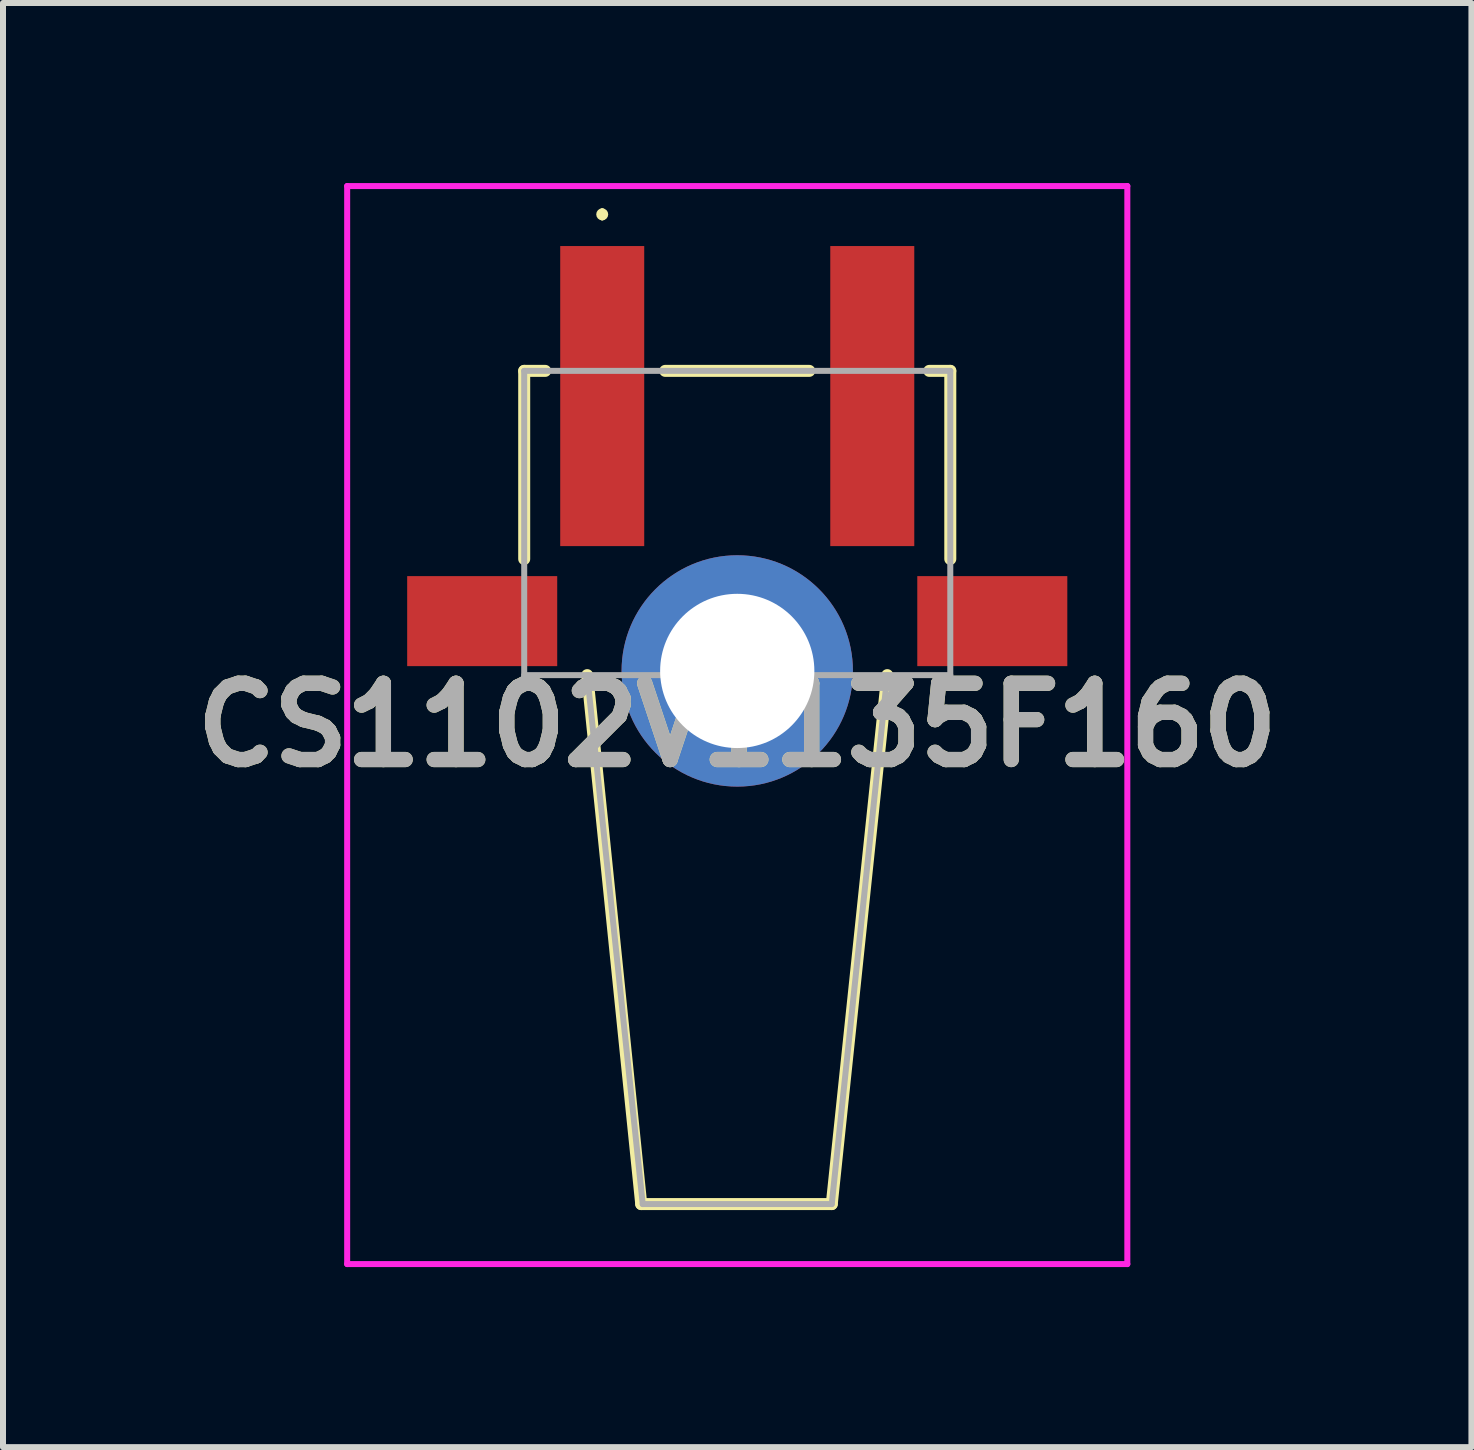
<source format=kicad_pcb>
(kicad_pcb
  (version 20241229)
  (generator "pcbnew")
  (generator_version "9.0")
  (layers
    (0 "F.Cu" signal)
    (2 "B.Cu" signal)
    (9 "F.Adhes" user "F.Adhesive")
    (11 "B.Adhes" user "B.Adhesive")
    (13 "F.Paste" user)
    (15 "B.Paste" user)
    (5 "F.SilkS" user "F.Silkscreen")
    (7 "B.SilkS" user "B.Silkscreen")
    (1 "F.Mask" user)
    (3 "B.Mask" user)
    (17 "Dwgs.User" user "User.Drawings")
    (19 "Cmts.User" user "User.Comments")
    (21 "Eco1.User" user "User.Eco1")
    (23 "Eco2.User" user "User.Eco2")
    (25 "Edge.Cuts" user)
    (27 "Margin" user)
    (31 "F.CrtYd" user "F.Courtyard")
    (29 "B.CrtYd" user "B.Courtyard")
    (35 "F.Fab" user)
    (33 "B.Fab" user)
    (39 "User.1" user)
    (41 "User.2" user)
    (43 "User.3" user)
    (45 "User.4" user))
  (footprint "CS1102V1135F160"
    (layer "F.Cu")
    (at 9.235 10.072)
    (property "Reference" "CS1102V1135F160" (at 0 -1.04 0) (layer "F.SilkS") (effects (font (size 1.27 1.27) (thickness 0.254))))
    (attr through_hole)
    (fp_line (start -3.55 -6.942) (end -3.55 -3.807) (stroke (width 0.2) (type solid)) (layer "F.SilkS"))
    (fp_line (start -3.2 -6.942) (end -3.55 -6.942) (stroke (width 0.2) (type solid)) (layer "F.SilkS"))
    (fp_line (start -2.5 -1.872) (end -1.6 6.942) (stroke (width 0.2) (type solid)) (layer "F.SilkS"))
    (fp_line (start -2.25 -9.6) (end -2.25 -9.6) (stroke (width 0.1) (type solid)) (layer "F.SilkS"))
    (fp_line (start -2.25 -9.5) (end -2.25 -9.5) (stroke (width 0.1) (type solid)) (layer "F.SilkS"))
    (fp_line (start -1.6 6.942) (end 1.575 6.942) (stroke (width 0.2) (type solid)) (layer "F.SilkS"))
    (fp_line (start -1.2 -6.942) (end 1.2 -6.942) (stroke (width 0.2) (type solid)) (layer "F.SilkS"))
    (fp_line (start 1.575 6.942) (end 2.5 -1.872) (stroke (width 0.2) (type solid)) (layer "F.SilkS"))
    (fp_line (start 3.2 -6.942) (end 3.55 -6.942) (stroke (width 0.2) (type solid)) (layer "F.SilkS"))
    (fp_line (start 3.55 -6.942) (end 3.55 -3.807) (stroke (width 0.2) (type solid)) (layer "F.SilkS"))
    (fp_arc (start -2.25 -9.6) (mid -2.2 -9.55) (end -2.25 -9.5) (stroke (width 0.1) (type solid)) (layer "F.SilkS"))
    (fp_arc (start -2.25 -9.5) (mid -2.3 -9.55) (end -2.25 -9.6) (stroke (width 0.1) (type solid)) (layer "F.SilkS"))
    (fp_line (start -6.5 -10.022) (end 6.5 -10.022) (stroke (width 0.1) (type solid)) (layer "F.CrtYd"))
    (fp_line (start -6.5 7.942) (end -6.5 -10.022) (stroke (width 0.1) (type solid)) (layer "F.CrtYd"))
    (fp_line (start 6.5 -10.022) (end 6.5 7.942) (stroke (width 0.1) (type solid)) (layer "F.CrtYd"))
    (fp_line (start 6.5 7.942) (end -6.5 7.942) (stroke (width 0.1) (type solid)) (layer "F.CrtYd"))
    (fp_line (start -3.55 -6.942) (end 3.55 -6.942) (stroke (width 0.1) (type solid)) (layer "F.Fab"))
    (fp_line (start -3.55 -1.872) (end -3.55 -6.942) (stroke (width 0.1) (type solid)) (layer "F.Fab"))
    (fp_line (start -2.5 -1.872) (end -1.575 6.942) (stroke (width 0.1) (type solid)) (layer "F.Fab"))
    (fp_line (start -1.575 6.942) (end 1.575 6.942) (stroke (width 0.1) (type solid)) (layer "F.Fab"))
    (fp_line (start 1.575 6.942) (end 2.5 -1.872) (stroke (width 0.1) (type solid)) (layer "F.Fab"))
    (fp_line (start 3.55 -6.942) (end 3.55 -1.872) (stroke (width 0.1) (type solid)) (layer "F.Fab"))
    (fp_line (start 3.55 -1.872) (end -3.55 -1.872) (stroke (width 0.1) (type solid)) (layer "F.Fab"))
    (fp_text user "${REFERENCE}" (at 0 -1.04 0) (layer "F.Fab") (effects (font (size 1.27 1.27) (thickness 0.254))))
    (pad "1" smd rect (at -2.25 -6.522) (size 1.4 5) (layers "F.Cu" "F.Mask" "F.Paste"))
    (pad "2" smd rect (at 2.25 -6.522) (size 1.4 5) (layers "F.Cu" "F.Mask" "F.Paste"))
    (pad "3" smd rect (at -4.25 -2.772 90) (size 1.5 2.5) (layers "F.Cu" "F.Mask" "F.Paste"))
    (pad "4" smd rect (at 4.25 -2.772 90) (size 1.5 2.5) (layers "F.Cu" "F.Mask" "F.Paste"))
    (pad "5" thru_hole circle (at 0 -1.942) (size 3.855 3.855) (drill 2.57) (layers "*.Cu" "*.Mask")))
  (gr_rect
    (start -3 -3)
    (end 21.469 21.064)
    (stroke (width 0.1) (type default))
    (fill no)
    (layer "Edge.Cuts")))
</source>
